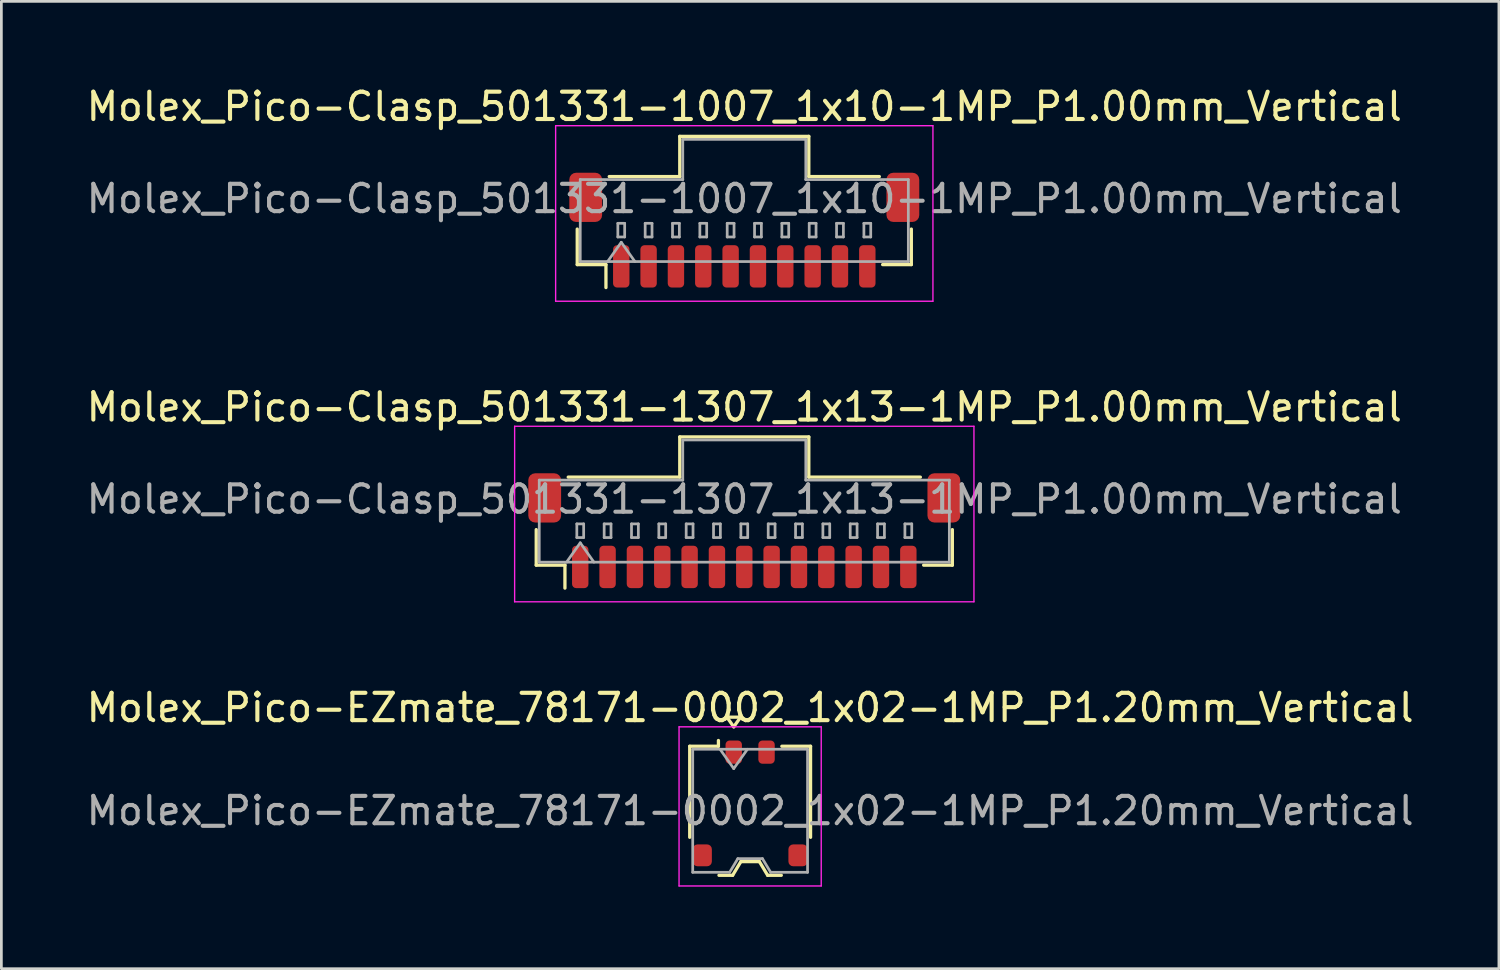
<source format=kicad_pcb>
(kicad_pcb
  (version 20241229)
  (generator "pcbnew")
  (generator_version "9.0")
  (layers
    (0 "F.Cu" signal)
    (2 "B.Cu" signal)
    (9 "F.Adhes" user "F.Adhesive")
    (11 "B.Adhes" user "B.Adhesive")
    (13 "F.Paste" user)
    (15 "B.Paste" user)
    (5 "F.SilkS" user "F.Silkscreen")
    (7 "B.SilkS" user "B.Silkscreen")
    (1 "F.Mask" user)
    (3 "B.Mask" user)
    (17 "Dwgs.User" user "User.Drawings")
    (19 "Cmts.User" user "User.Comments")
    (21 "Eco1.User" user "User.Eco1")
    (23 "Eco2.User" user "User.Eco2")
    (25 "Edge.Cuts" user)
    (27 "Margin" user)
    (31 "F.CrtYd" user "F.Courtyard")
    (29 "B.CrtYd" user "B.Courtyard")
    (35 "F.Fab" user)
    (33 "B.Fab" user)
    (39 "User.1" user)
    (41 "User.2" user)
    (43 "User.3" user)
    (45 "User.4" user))
  (footprint "Molex_Pico-Clasp_501331-1307_1x13-1MP_P1.00mm_Vertical"
    (layer "F.Cu")
    (at 24.173 16.361)
    (property "Reference" "Molex_Pico-Clasp_501331-1307_1x13-1MP_P1.00mm_Vertical" (at 0 -4.52 0) (layer "F.SilkS") (effects (font (size 1 1) (thickness 0.15))))
    (attr smd)
    (fp_line (start -7.61 -0.04) (end -7.61 1.26) (stroke (width 0.12) (type solid)) (layer "F.SilkS"))
    (fp_line (start -7.61 1.26) (end -6.56 1.26) (stroke (width 0.12) (type solid)) (layer "F.SilkS"))
    (fp_line (start -6.56 1.26) (end -6.56 2.1) (stroke (width 0.12) (type solid)) (layer "F.SilkS"))
    (fp_line (start -6.44 -1.96) (end -2.36 -1.96) (stroke (width 0.12) (type solid)) (layer "F.SilkS"))
    (fp_line (start -2.36 -3.43) (end 2.36 -3.43) (stroke (width 0.12) (type solid)) (layer "F.SilkS"))
    (fp_line (start -2.36 -1.96) (end -2.36 -3.43) (stroke (width 0.12) (type solid)) (layer "F.SilkS"))
    (fp_line (start 2.36 -3.43) (end 2.36 -1.96) (stroke (width 0.12) (type solid)) (layer "F.SilkS"))
    (fp_line (start 2.36 -1.96) (end 6.44 -1.96) (stroke (width 0.12) (type solid)) (layer "F.SilkS"))
    (fp_line (start 7.61 -0.04) (end 7.61 1.26) (stroke (width 0.12) (type solid)) (layer "F.SilkS"))
    (fp_line (start 7.61 1.26) (end 6.56 1.26) (stroke (width 0.12) (type solid)) (layer "F.SilkS"))
    (fp_line (start -8.4 -3.82) (end -8.4 2.6) (stroke (width 0.05) (type solid)) (layer "F.CrtYd"))
    (fp_line (start -8.4 2.6) (end 8.4 2.6) (stroke (width 0.05) (type solid)) (layer "F.CrtYd"))
    (fp_line (start 8.4 -3.82) (end -8.4 -3.82) (stroke (width 0.05) (type solid)) (layer "F.CrtYd"))
    (fp_line (start 8.4 2.6) (end 8.4 -3.82) (stroke (width 0.05) (type solid)) (layer "F.CrtYd"))
    (fp_line (start -7.5 -1.85) (end -2.25 -1.85) (stroke (width 0.1) (type solid)) (layer "F.Fab"))
    (fp_line (start -7.5 1.15) (end -7.5 -1.85) (stroke (width 0.1) (type solid)) (layer "F.Fab"))
    (fp_line (start -7.5 1.15) (end 7.5 1.15) (stroke (width 0.1) (type solid)) (layer "F.Fab"))
    (fp_line (start -6.5 1.15) (end -6 0.443) (stroke (width 0.1) (type solid)) (layer "F.Fab"))
    (fp_line (start -6.125 -0.25) (end -6.125 0.25) (stroke (width 0.1) (type solid)) (layer "F.Fab"))
    (fp_line (start -6.125 0.25) (end -5.875 0.25) (stroke (width 0.1) (type solid)) (layer "F.Fab"))
    (fp_line (start -6 0.443) (end -5.5 1.15) (stroke (width 0.1) (type solid)) (layer "F.Fab"))
    (fp_line (start -5.875 -0.25) (end -6.125 -0.25) (stroke (width 0.1) (type solid)) (layer "F.Fab"))
    (fp_line (start -5.875 0.25) (end -5.875 -0.25) (stroke (width 0.1) (type solid)) (layer "F.Fab"))
    (fp_line (start -5.125 -0.25) (end -5.125 0.25) (stroke (width 0.1) (type solid)) (layer "F.Fab"))
    (fp_line (start -5.125 0.25) (end -4.875 0.25) (stroke (width 0.1) (type solid)) (layer "F.Fab"))
    (fp_line (start -4.875 -0.25) (end -5.125 -0.25) (stroke (width 0.1) (type solid)) (layer "F.Fab"))
    (fp_line (start -4.875 0.25) (end -4.875 -0.25) (stroke (width 0.1) (type solid)) (layer "F.Fab"))
    (fp_line (start -4.125 -0.25) (end -4.125 0.25) (stroke (width 0.1) (type solid)) (layer "F.Fab"))
    (fp_line (start -4.125 0.25) (end -3.875 0.25) (stroke (width 0.1) (type solid)) (layer "F.Fab"))
    (fp_line (start -3.875 -0.25) (end -4.125 -0.25) (stroke (width 0.1) (type solid)) (layer "F.Fab"))
    (fp_line (start -3.875 0.25) (end -3.875 -0.25) (stroke (width 0.1) (type solid)) (layer "F.Fab"))
    (fp_line (start -3.125 -0.25) (end -3.125 0.25) (stroke (width 0.1) (type solid)) (layer "F.Fab"))
    (fp_line (start -3.125 0.25) (end -2.875 0.25) (stroke (width 0.1) (type solid)) (layer "F.Fab"))
    (fp_line (start -2.875 -0.25) (end -3.125 -0.25) (stroke (width 0.1) (type solid)) (layer "F.Fab"))
    (fp_line (start -2.875 0.25) (end -2.875 -0.25) (stroke (width 0.1) (type solid)) (layer "F.Fab"))
    (fp_line (start -2.25 -3.32) (end 2.25 -3.32) (stroke (width 0.1) (type solid)) (layer "F.Fab"))
    (fp_line (start -2.25 -1.85) (end -2.25 -3.32) (stroke (width 0.1) (type solid)) (layer "F.Fab"))
    (fp_line (start -2.125 -0.25) (end -2.125 0.25) (stroke (width 0.1) (type solid)) (layer "F.Fab"))
    (fp_line (start -2.125 0.25) (end -1.875 0.25) (stroke (width 0.1) (type solid)) (layer "F.Fab"))
    (fp_line (start -1.875 -0.25) (end -2.125 -0.25) (stroke (width 0.1) (type solid)) (layer "F.Fab"))
    (fp_line (start -1.875 0.25) (end -1.875 -0.25) (stroke (width 0.1) (type solid)) (layer "F.Fab"))
    (fp_line (start -1.125 -0.25) (end -1.125 0.25) (stroke (width 0.1) (type solid)) (layer "F.Fab"))
    (fp_line (start -1.125 0.25) (end -0.875 0.25) (stroke (width 0.1) (type solid)) (layer "F.Fab"))
    (fp_line (start -0.875 -0.25) (end -1.125 -0.25) (stroke (width 0.1) (type solid)) (layer "F.Fab"))
    (fp_line (start -0.875 0.25) (end -0.875 -0.25) (stroke (width 0.1) (type solid)) (layer "F.Fab"))
    (fp_line (start -0.125 -0.25) (end -0.125 0.25) (stroke (width 0.1) (type solid)) (layer "F.Fab"))
    (fp_line (start -0.125 0.25) (end 0.125 0.25) (stroke (width 0.1) (type solid)) (layer "F.Fab"))
    (fp_line (start 0.125 -0.25) (end -0.125 -0.25) (stroke (width 0.1) (type solid)) (layer "F.Fab"))
    (fp_line (start 0.125 0.25) (end 0.125 -0.25) (stroke (width 0.1) (type solid)) (layer "F.Fab"))
    (fp_line (start 0.875 -0.25) (end 0.875 0.25) (stroke (width 0.1) (type solid)) (layer "F.Fab"))
    (fp_line (start 0.875 0.25) (end 1.125 0.25) (stroke (width 0.1) (type solid)) (layer "F.Fab"))
    (fp_line (start 1.125 -0.25) (end 0.875 -0.25) (stroke (width 0.1) (type solid)) (layer "F.Fab"))
    (fp_line (start 1.125 0.25) (end 1.125 -0.25) (stroke (width 0.1) (type solid)) (layer "F.Fab"))
    (fp_line (start 1.875 -0.25) (end 1.875 0.25) (stroke (width 0.1) (type solid)) (layer "F.Fab"))
    (fp_line (start 1.875 0.25) (end 2.125 0.25) (stroke (width 0.1) (type solid)) (layer "F.Fab"))
    (fp_line (start 2.125 -0.25) (end 1.875 -0.25) (stroke (width 0.1) (type solid)) (layer "F.Fab"))
    (fp_line (start 2.125 0.25) (end 2.125 -0.25) (stroke (width 0.1) (type solid)) (layer "F.Fab"))
    (fp_line (start 2.25 -3.32) (end 2.25 -1.85) (stroke (width 0.1) (type solid)) (layer "F.Fab"))
    (fp_line (start 2.25 -1.85) (end 7.5 -1.85) (stroke (width 0.1) (type solid)) (layer "F.Fab"))
    (fp_line (start 2.875 -0.25) (end 2.875 0.25) (stroke (width 0.1) (type solid)) (layer "F.Fab"))
    (fp_line (start 2.875 0.25) (end 3.125 0.25) (stroke (width 0.1) (type solid)) (layer "F.Fab"))
    (fp_line (start 3.125 -0.25) (end 2.875 -0.25) (stroke (width 0.1) (type solid)) (layer "F.Fab"))
    (fp_line (start 3.125 0.25) (end 3.125 -0.25) (stroke (width 0.1) (type solid)) (layer "F.Fab"))
    (fp_line (start 3.875 -0.25) (end 3.875 0.25) (stroke (width 0.1) (type solid)) (layer "F.Fab"))
    (fp_line (start 3.875 0.25) (end 4.125 0.25) (stroke (width 0.1) (type solid)) (layer "F.Fab"))
    (fp_line (start 4.125 -0.25) (end 3.875 -0.25) (stroke (width 0.1) (type solid)) (layer "F.Fab"))
    (fp_line (start 4.125 0.25) (end 4.125 -0.25) (stroke (width 0.1) (type solid)) (layer "F.Fab"))
    (fp_line (start 4.875 -0.25) (end 4.875 0.25) (stroke (width 0.1) (type solid)) (layer "F.Fab"))
    (fp_line (start 4.875 0.25) (end 5.125 0.25) (stroke (width 0.1) (type solid)) (layer "F.Fab"))
    (fp_line (start 5.125 -0.25) (end 4.875 -0.25) (stroke (width 0.1) (type solid)) (layer "F.Fab"))
    (fp_line (start 5.125 0.25) (end 5.125 -0.25) (stroke (width 0.1) (type solid)) (layer "F.Fab"))
    (fp_line (start 5.875 -0.25) (end 5.875 0.25) (stroke (width 0.1) (type solid)) (layer "F.Fab"))
    (fp_line (start 5.875 0.25) (end 6.125 0.25) (stroke (width 0.1) (type solid)) (layer "F.Fab"))
    (fp_line (start 6.125 -0.25) (end 5.875 -0.25) (stroke (width 0.1) (type solid)) (layer "F.Fab"))
    (fp_line (start 6.125 0.25) (end 6.125 -0.25) (stroke (width 0.1) (type solid)) (layer "F.Fab"))
    (fp_line (start 7.5 1.15) (end 7.5 -1.85) (stroke (width 0.1) (type solid)) (layer "F.Fab"))
    (fp_text user "${REFERENCE}" (at 0 -1.15 0) (layer "F.Fab") (effects (font (size 1 1) (thickness 0.15))))
    (pad "1" smd roundrect (at -6 1.325) (size 0.6 1.55) (layers "F.Cu" "F.Mask" "F.Paste") (roundrect_rratio 0.25))
    (pad "2" smd roundrect (at -5 1.325) (size 0.6 1.55) (layers "F.Cu" "F.Mask" "F.Paste") (roundrect_rratio 0.25))
    (pad "3" smd roundrect (at -4 1.325) (size 0.6 1.55) (layers "F.Cu" "F.Mask" "F.Paste") (roundrect_rratio 0.25))
    (pad "4" smd roundrect (at -3 1.325) (size 0.6 1.55) (layers "F.Cu" "F.Mask" "F.Paste") (roundrect_rratio 0.25))
    (pad "5" smd roundrect (at -2 1.325) (size 0.6 1.55) (layers "F.Cu" "F.Mask" "F.Paste") (roundrect_rratio 0.25))
    (pad "6" smd roundrect (at -1 1.325) (size 0.6 1.55) (layers "F.Cu" "F.Mask" "F.Paste") (roundrect_rratio 0.25))
    (pad "7" smd roundrect (at 0 1.325) (size 0.6 1.55) (layers "F.Cu" "F.Mask" "F.Paste") (roundrect_rratio 0.25))
    (pad "8" smd roundrect (at 1 1.325) (size 0.6 1.55) (layers "F.Cu" "F.Mask" "F.Paste") (roundrect_rratio 0.25))
    (pad "9" smd roundrect (at 2 1.325) (size 0.6 1.55) (layers "F.Cu" "F.Mask" "F.Paste") (roundrect_rratio 0.25))
    (pad "10" smd roundrect (at 3 1.325) (size 0.6 1.55) (layers "F.Cu" "F.Mask" "F.Paste") (roundrect_rratio 0.25))
    (pad "11" smd roundrect (at 4 1.325) (size 0.6 1.55) (layers "F.Cu" "F.Mask" "F.Paste") (roundrect_rratio 0.25))
    (pad "12" smd roundrect (at 5 1.325) (size 0.6 1.55) (layers "F.Cu" "F.Mask" "F.Paste") (roundrect_rratio 0.25))
    (pad "13" smd roundrect (at 6 1.325) (size 0.6 1.55) (layers "F.Cu" "F.Mask" "F.Paste") (roundrect_rratio 0.25))
    (pad "MP" smd roundrect (at -7.3 -1.2) (size 1.2 1.8) (layers "F.Cu" "F.Mask" "F.Paste") (roundrect_rratio 0.208))
    (pad "MP" smd roundrect (at 7.3 -1.2) (size 1.2 1.8) (layers "F.Cu" "F.Mask" "F.Paste") (roundrect_rratio 0.208)))
  (footprint "Molex_Pico-EZmate_78171-0002_1x02-1MP_P1.20mm_Vertical"
    (layer "F.Cu")
    (at 24.387 26.335)
    (property "Reference" "Molex_Pico-EZmate_78171-0002_1x02-1MP_P1.20mm_Vertical" (at 0 -3.5 0) (layer "F.SilkS") (effects (font (size 1 1) (thickness 0.15))))
    (attr smd)
    (fp_line (start -2.21 -2.09) (end -1.16 -2.09) (stroke (width 0.12) (type solid)) (layer "F.SilkS"))
    (fp_line (start -2.21 1.24) (end -2.21 -2.09) (stroke (width 0.12) (type solid)) (layer "F.SilkS"))
    (fp_line (start -1.16 -2.09) (end -1.16 -2.3) (stroke (width 0.12) (type solid)) (layer "F.SilkS"))
    (fp_line (start -1.14 2.63) (end -0.64 2.63) (stroke (width 0.12) (type solid)) (layer "F.SilkS"))
    (fp_line (start -0.85 -3.154) (end -0.6 -2.8) (stroke (width 0.12) (type solid)) (layer "F.SilkS"))
    (fp_line (start -0.64 2.63) (end -0.34 2.13) (stroke (width 0.12) (type solid)) (layer "F.SilkS"))
    (fp_line (start -0.6 -2.8) (end -0.35 -3.154) (stroke (width 0.12) (type solid)) (layer "F.SilkS"))
    (fp_line (start -0.35 -3.154) (end -0.85 -3.154) (stroke (width 0.12) (type solid)) (layer "F.SilkS"))
    (fp_line (start -0.34 2.13) (end 0.34 2.13) (stroke (width 0.12) (type solid)) (layer "F.SilkS"))
    (fp_line (start 0.34 2.13) (end 0.64 2.63) (stroke (width 0.12) (type solid)) (layer "F.SilkS"))
    (fp_line (start 0.64 2.63) (end 1.14 2.63) (stroke (width 0.12) (type solid)) (layer "F.SilkS"))
    (fp_line (start 2.21 -2.09) (end 1.16 -2.09) (stroke (width 0.12) (type solid)) (layer "F.SilkS"))
    (fp_line (start 2.21 1.24) (end 2.21 -2.09) (stroke (width 0.12) (type solid)) (layer "F.SilkS"))
    (fp_line (start -2.6 -2.8) (end -2.6 3.02) (stroke (width 0.05) (type solid)) (layer "F.CrtYd"))
    (fp_line (start -2.6 3.02) (end 2.6 3.02) (stroke (width 0.05) (type solid)) (layer "F.CrtYd"))
    (fp_line (start 2.6 -2.8) (end -2.6 -2.8) (stroke (width 0.05) (type solid)) (layer "F.CrtYd"))
    (fp_line (start 2.6 3.02) (end 2.6 -2.8) (stroke (width 0.05) (type solid)) (layer "F.CrtYd"))
    (fp_line (start -2.1 -1.98) (end -2.1 2.52) (stroke (width 0.1) (type solid)) (layer "F.Fab"))
    (fp_line (start -2.1 -1.98) (end 2.1 -1.98) (stroke (width 0.1) (type solid)) (layer "F.Fab"))
    (fp_line (start -2.1 2.52) (end -0.75 2.52) (stroke (width 0.1) (type solid)) (layer "F.Fab"))
    (fp_line (start -1.1 -1.98) (end -0.6 -1.273) (stroke (width 0.1) (type solid)) (layer "F.Fab"))
    (fp_line (start -0.75 2.52) (end -0.45 2.02) (stroke (width 0.1) (type solid)) (layer "F.Fab"))
    (fp_line (start -0.6 -1.273) (end -0.1 -1.98) (stroke (width 0.1) (type solid)) (layer "F.Fab"))
    (fp_line (start -0.45 2.02) (end 0.45 2.02) (stroke (width 0.1) (type solid)) (layer "F.Fab"))
    (fp_line (start 0.45 2.02) (end 0.75 2.52) (stroke (width 0.1) (type solid)) (layer "F.Fab"))
    (fp_line (start 0.75 2.52) (end 2.1 2.52) (stroke (width 0.1) (type solid)) (layer "F.Fab"))
    (fp_line (start 2.1 -1.98) (end 2.1 2.52) (stroke (width 0.1) (type solid)) (layer "F.Fab"))
    (fp_text user "${REFERENCE}" (at 0 0.27 0) (layer "F.Fab") (effects (font (size 1 1) (thickness 0.15))))
    (pad "1" smd roundrect (at -0.6 -1.875) (size 0.6 0.85) (layers "F.Cu" "F.Mask" "F.Paste") (roundrect_rratio 0.25))
    (pad "2" smd roundrect (at 0.6 -1.875) (size 0.6 0.85) (layers "F.Cu" "F.Mask" "F.Paste") (roundrect_rratio 0.25))
    (pad "MP" smd roundrect (at -1.75 1.9) (size 0.7 0.8) (layers "F.Cu" "F.Mask" "F.Paste") (roundrect_rratio 0.25))
    (pad "MP" smd roundrect (at 1.75 1.9) (size 0.7 0.8) (layers "F.Cu" "F.Mask" "F.Paste") (roundrect_rratio 0.25)))
  (footprint "Molex_Pico-Clasp_501331-1007_1x10-1MP_P1.00mm_Vertical"
    (layer "F.Cu")
    (at 24.173 5.368)
    (property "Reference" "Molex_Pico-Clasp_501331-1007_1x10-1MP_P1.00mm_Vertical" (at 0 -4.52 0) (layer "F.SilkS") (effects (font (size 1 1) (thickness 0.15))))
    (attr smd)
    (fp_line (start -6.11 -0.04) (end -6.11 1.26) (stroke (width 0.12) (type solid)) (layer "F.SilkS"))
    (fp_line (start -6.11 1.26) (end -5.06 1.26) (stroke (width 0.12) (type solid)) (layer "F.SilkS"))
    (fp_line (start -5.06 1.26) (end -5.06 2.1) (stroke (width 0.12) (type solid)) (layer "F.SilkS"))
    (fp_line (start -4.94 -1.96) (end -2.36 -1.96) (stroke (width 0.12) (type solid)) (layer "F.SilkS"))
    (fp_line (start -2.36 -3.43) (end 2.36 -3.43) (stroke (width 0.12) (type solid)) (layer "F.SilkS"))
    (fp_line (start -2.36 -1.96) (end -2.36 -3.43) (stroke (width 0.12) (type solid)) (layer "F.SilkS"))
    (fp_line (start 2.36 -3.43) (end 2.36 -1.96) (stroke (width 0.12) (type solid)) (layer "F.SilkS"))
    (fp_line (start 2.36 -1.96) (end 4.94 -1.96) (stroke (width 0.12) (type solid)) (layer "F.SilkS"))
    (fp_line (start 6.11 -0.04) (end 6.11 1.26) (stroke (width 0.12) (type solid)) (layer "F.SilkS"))
    (fp_line (start 6.11 1.26) (end 5.06 1.26) (stroke (width 0.12) (type solid)) (layer "F.SilkS"))
    (fp_line (start -6.9 -3.82) (end -6.9 2.6) (stroke (width 0.05) (type solid)) (layer "F.CrtYd"))
    (fp_line (start -6.9 2.6) (end 6.9 2.6) (stroke (width 0.05) (type solid)) (layer "F.CrtYd"))
    (fp_line (start 6.9 -3.82) (end -6.9 -3.82) (stroke (width 0.05) (type solid)) (layer "F.CrtYd"))
    (fp_line (start 6.9 2.6) (end 6.9 -3.82) (stroke (width 0.05) (type solid)) (layer "F.CrtYd"))
    (fp_line (start -6 -1.85) (end -2.25 -1.85) (stroke (width 0.1) (type solid)) (layer "F.Fab"))
    (fp_line (start -6 1.15) (end -6 -1.85) (stroke (width 0.1) (type solid)) (layer "F.Fab"))
    (fp_line (start -6 1.15) (end 6 1.15) (stroke (width 0.1) (type solid)) (layer "F.Fab"))
    (fp_line (start -5 1.15) (end -4.5 0.443) (stroke (width 0.1) (type solid)) (layer "F.Fab"))
    (fp_line (start -4.625 -0.25) (end -4.625 0.25) (stroke (width 0.1) (type solid)) (layer "F.Fab"))
    (fp_line (start -4.625 0.25) (end -4.375 0.25) (stroke (width 0.1) (type solid)) (layer "F.Fab"))
    (fp_line (start -4.5 0.443) (end -4 1.15) (stroke (width 0.1) (type solid)) (layer "F.Fab"))
    (fp_line (start -4.375 -0.25) (end -4.625 -0.25) (stroke (width 0.1) (type solid)) (layer "F.Fab"))
    (fp_line (start -4.375 0.25) (end -4.375 -0.25) (stroke (width 0.1) (type solid)) (layer "F.Fab"))
    (fp_line (start -3.625 -0.25) (end -3.625 0.25) (stroke (width 0.1) (type solid)) (layer "F.Fab"))
    (fp_line (start -3.625 0.25) (end -3.375 0.25) (stroke (width 0.1) (type solid)) (layer "F.Fab"))
    (fp_line (start -3.375 -0.25) (end -3.625 -0.25) (stroke (width 0.1) (type solid)) (layer "F.Fab"))
    (fp_line (start -3.375 0.25) (end -3.375 -0.25) (stroke (width 0.1) (type solid)) (layer "F.Fab"))
    (fp_line (start -2.625 -0.25) (end -2.625 0.25) (stroke (width 0.1) (type solid)) (layer "F.Fab"))
    (fp_line (start -2.625 0.25) (end -2.375 0.25) (stroke (width 0.1) (type solid)) (layer "F.Fab"))
    (fp_line (start -2.375 -0.25) (end -2.625 -0.25) (stroke (width 0.1) (type solid)) (layer "F.Fab"))
    (fp_line (start -2.375 0.25) (end -2.375 -0.25) (stroke (width 0.1) (type solid)) (layer "F.Fab"))
    (fp_line (start -2.25 -3.32) (end 2.25 -3.32) (stroke (width 0.1) (type solid)) (layer "F.Fab"))
    (fp_line (start -2.25 -1.85) (end -2.25 -3.32) (stroke (width 0.1) (type solid)) (layer "F.Fab"))
    (fp_line (start -1.625 -0.25) (end -1.625 0.25) (stroke (width 0.1) (type solid)) (layer "F.Fab"))
    (fp_line (start -1.625 0.25) (end -1.375 0.25) (stroke (width 0.1) (type solid)) (layer "F.Fab"))
    (fp_line (start -1.375 -0.25) (end -1.625 -0.25) (stroke (width 0.1) (type solid)) (layer "F.Fab"))
    (fp_line (start -1.375 0.25) (end -1.375 -0.25) (stroke (width 0.1) (type solid)) (layer "F.Fab"))
    (fp_line (start -0.625 -0.25) (end -0.625 0.25) (stroke (width 0.1) (type solid)) (layer "F.Fab"))
    (fp_line (start -0.625 0.25) (end -0.375 0.25) (stroke (width 0.1) (type solid)) (layer "F.Fab"))
    (fp_line (start -0.375 -0.25) (end -0.625 -0.25) (stroke (width 0.1) (type solid)) (layer "F.Fab"))
    (fp_line (start -0.375 0.25) (end -0.375 -0.25) (stroke (width 0.1) (type solid)) (layer "F.Fab"))
    (fp_line (start 0.375 -0.25) (end 0.375 0.25) (stroke (width 0.1) (type solid)) (layer "F.Fab"))
    (fp_line (start 0.375 0.25) (end 0.625 0.25) (stroke (width 0.1) (type solid)) (layer "F.Fab"))
    (fp_line (start 0.625 -0.25) (end 0.375 -0.25) (stroke (width 0.1) (type solid)) (layer "F.Fab"))
    (fp_line (start 0.625 0.25) (end 0.625 -0.25) (stroke (width 0.1) (type solid)) (layer "F.Fab"))
    (fp_line (start 1.375 -0.25) (end 1.375 0.25) (stroke (width 0.1) (type solid)) (layer "F.Fab"))
    (fp_line (start 1.375 0.25) (end 1.625 0.25) (stroke (width 0.1) (type solid)) (layer "F.Fab"))
    (fp_line (start 1.625 -0.25) (end 1.375 -0.25) (stroke (width 0.1) (type solid)) (layer "F.Fab"))
    (fp_line (start 1.625 0.25) (end 1.625 -0.25) (stroke (width 0.1) (type solid)) (layer "F.Fab"))
    (fp_line (start 2.25 -3.32) (end 2.25 -1.85) (stroke (width 0.1) (type solid)) (layer "F.Fab"))
    (fp_line (start 2.25 -1.85) (end 6 -1.85) (stroke (width 0.1) (type solid)) (layer "F.Fab"))
    (fp_line (start 2.375 -0.25) (end 2.375 0.25) (stroke (width 0.1) (type solid)) (layer "F.Fab"))
    (fp_line (start 2.375 0.25) (end 2.625 0.25) (stroke (width 0.1) (type solid)) (layer "F.Fab"))
    (fp_line (start 2.625 -0.25) (end 2.375 -0.25) (stroke (width 0.1) (type solid)) (layer "F.Fab"))
    (fp_line (start 2.625 0.25) (end 2.625 -0.25) (stroke (width 0.1) (type solid)) (layer "F.Fab"))
    (fp_line (start 3.375 -0.25) (end 3.375 0.25) (stroke (width 0.1) (type solid)) (layer "F.Fab"))
    (fp_line (start 3.375 0.25) (end 3.625 0.25) (stroke (width 0.1) (type solid)) (layer "F.Fab"))
    (fp_line (start 3.625 -0.25) (end 3.375 -0.25) (stroke (width 0.1) (type solid)) (layer "F.Fab"))
    (fp_line (start 3.625 0.25) (end 3.625 -0.25) (stroke (width 0.1) (type solid)) (layer "F.Fab"))
    (fp_line (start 4.375 -0.25) (end 4.375 0.25) (stroke (width 0.1) (type solid)) (layer "F.Fab"))
    (fp_line (start 4.375 0.25) (end 4.625 0.25) (stroke (width 0.1) (type solid)) (layer "F.Fab"))
    (fp_line (start 4.625 -0.25) (end 4.375 -0.25) (stroke (width 0.1) (type solid)) (layer "F.Fab"))
    (fp_line (start 4.625 0.25) (end 4.625 -0.25) (stroke (width 0.1) (type solid)) (layer "F.Fab"))
    (fp_line (start 6 1.15) (end 6 -1.85) (stroke (width 0.1) (type solid)) (layer "F.Fab"))
    (fp_text user "${REFERENCE}" (at 0 -1.15 0) (layer "F.Fab") (effects (font (size 1 1) (thickness 0.15))))
    (pad "1" smd roundrect (at -4.5 1.325) (size 0.6 1.55) (layers "F.Cu" "F.Mask" "F.Paste") (roundrect_rratio 0.25))
    (pad "2" smd roundrect (at -3.5 1.325) (size 0.6 1.55) (layers "F.Cu" "F.Mask" "F.Paste") (roundrect_rratio 0.25))
    (pad "3" smd roundrect (at -2.5 1.325) (size 0.6 1.55) (layers "F.Cu" "F.Mask" "F.Paste") (roundrect_rratio 0.25))
    (pad "4" smd roundrect (at -1.5 1.325) (size 0.6 1.55) (layers "F.Cu" "F.Mask" "F.Paste") (roundrect_rratio 0.25))
    (pad "5" smd roundrect (at -0.5 1.325) (size 0.6 1.55) (layers "F.Cu" "F.Mask" "F.Paste") (roundrect_rratio 0.25))
    (pad "6" smd roundrect (at 0.5 1.325) (size 0.6 1.55) (layers "F.Cu" "F.Mask" "F.Paste") (roundrect_rratio 0.25))
    (pad "7" smd roundrect (at 1.5 1.325) (size 0.6 1.55) (layers "F.Cu" "F.Mask" "F.Paste") (roundrect_rratio 0.25))
    (pad "8" smd roundrect (at 2.5 1.325) (size 0.6 1.55) (layers "F.Cu" "F.Mask" "F.Paste") (roundrect_rratio 0.25))
    (pad "9" smd roundrect (at 3.5 1.325) (size 0.6 1.55) (layers "F.Cu" "F.Mask" "F.Paste") (roundrect_rratio 0.25))
    (pad "10" smd roundrect (at 4.5 1.325) (size 0.6 1.55) (layers "F.Cu" "F.Mask" "F.Paste") (roundrect_rratio 0.25))
    (pad "MP" smd roundrect (at -5.8 -1.2) (size 1.2 1.8) (layers "F.Cu" "F.Mask" "F.Paste") (roundrect_rratio 0.208))
    (pad "MP" smd roundrect (at 5.8 -1.2) (size 1.2 1.8) (layers "F.Cu" "F.Mask" "F.Paste") (roundrect_rratio 0.208)))
  (gr_rect
    (start -3 -3)
    (end 51.774 32.38)
    (stroke (width 0.1) (type default))
    (fill no)
    (layer "Edge.Cuts")))
</source>
